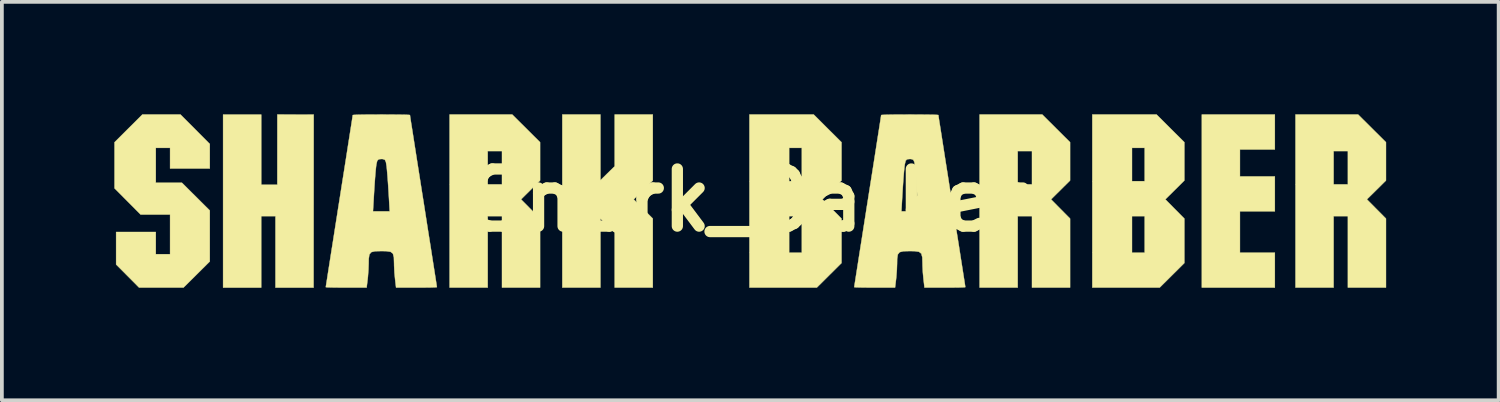
<source format=kicad_pcb>
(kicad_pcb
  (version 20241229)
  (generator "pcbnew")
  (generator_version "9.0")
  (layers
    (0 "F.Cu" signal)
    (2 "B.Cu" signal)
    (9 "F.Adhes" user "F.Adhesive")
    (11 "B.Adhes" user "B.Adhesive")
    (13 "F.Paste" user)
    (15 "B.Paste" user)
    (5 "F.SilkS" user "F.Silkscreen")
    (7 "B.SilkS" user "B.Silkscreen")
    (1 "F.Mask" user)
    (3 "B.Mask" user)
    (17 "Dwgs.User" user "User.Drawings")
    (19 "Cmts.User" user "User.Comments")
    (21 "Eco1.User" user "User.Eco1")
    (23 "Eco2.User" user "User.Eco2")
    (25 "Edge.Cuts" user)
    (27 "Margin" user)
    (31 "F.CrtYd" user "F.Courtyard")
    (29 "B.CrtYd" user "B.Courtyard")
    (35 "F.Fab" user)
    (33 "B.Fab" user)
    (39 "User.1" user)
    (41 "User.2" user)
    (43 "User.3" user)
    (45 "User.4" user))
  (footprint "Snark_Barker"
    (layer "F.Cu")
    (at 16.938 2.291)
    (property "Reference" "Snark_Barker" (at 0 0 0) (layer "F.SilkS") (effects (font (size 1.524 1.524) (thickness 0.3))))
    (attr through_hole)
    (fp_poly (pts (xy -13.021 -0.412) (xy -12.592 -0.412) (xy -12.591 -2.286) (xy -11.622 -2.285) (xy -11.625 2.329) (xy -12.641 2.329) (xy -12.641 0.424) (xy -13.022 0.424) (xy -13.022 2.329) (xy -14.038 2.329) (xy -14.038 -2.285) (xy -13.021 -2.285)) (stroke (width 0.01) (type solid)) (fill yes) (layer "F.SilkS"))
    (fp_poly (pts (xy 14.012 -1.355) (xy 13.081 -1.355) (xy 13.081 -0.635) (xy 14.012 -0.635) (xy 14.012 0.296) (xy 13.081 0.296) (xy 13.081 1.397) (xy 14.012 1.397) (xy 14.012 2.328) (xy 12.065 2.328) (xy 12.065 -2.286) (xy 14.012 -2.286) (xy 14.012 -1.355)) (stroke (width 0.01) (type solid)) (fill yes) (layer "F.SilkS"))
    (fp_poly (pts (xy -3.975 -0.533) (xy -3.785 -0.72) (xy -3.594 -0.907) (xy -3.594 -2.286) (xy -2.578 -2.286) (xy -2.578 -0.527) (xy -2.832 -0.275) (xy -3.087 -0.024) (xy -2.578 0.489) (xy -2.578 2.328) (xy -3.594 2.328) (xy -3.594 0.864) (xy -3.785 0.677) (xy -3.975 0.49) (xy -3.975 2.328) (xy -4.991 2.328) (xy -4.991 -2.286) (xy -3.975 -2.286) (xy -3.975 -0.533)) (stroke (width 0.01) (type solid)) (fill yes) (layer "F.SilkS"))
    (fp_poly (pts (xy -5.584 -1.547) (xy -5.584 -0.527) (xy -5.838 -0.275) (xy -6.092 -0.024) (xy -5.584 0.489) (xy -5.584 2.328) (xy -6.6 2.328) (xy -6.6 0.423) (xy -6.981 0.423) (xy -6.981 2.328) (xy -7.997 2.328) (xy -7.997 -1.312) (xy -6.981 -1.312) (xy -6.981 -0.423) (xy -6.6 -0.423) (xy -6.6 -1.312) (xy -6.981 -1.312) (xy -7.997 -1.312) (xy -7.997 -2.286) (xy -6.327 -2.286) (xy -5.584 -1.547)) (stroke (width 0.01) (type solid)) (fill yes) (layer "F.SilkS"))
    (fp_poly (pts (xy 16.976 -1.547) (xy 16.976 -0.527) (xy 16.722 -0.275) (xy 16.467 -0.024) (xy 16.976 0.489) (xy 16.976 2.328) (xy 15.96 2.328) (xy 15.96 0.423) (xy 15.579 0.423) (xy 15.579 2.328) (xy 14.563 2.328) (xy 14.563 -1.312) (xy 15.579 -1.312) (xy 15.579 -0.423) (xy 15.96 -0.423) (xy 15.96 -1.312) (xy 15.579 -1.312) (xy 14.563 -1.312) (xy 14.563 -2.286) (xy 16.233 -2.286) (xy 16.976 -1.547)) (stroke (width 0.01) (type solid)) (fill yes) (layer "F.SilkS"))
    (fp_poly (pts (xy 8.18 -1.916) (xy 8.551 -1.547) (xy 8.551 -0.527) (xy 8.297 -0.275) (xy 8.043 -0.024) (xy 8.297 0.233) (xy 8.551 0.489) (xy 8.551 2.328) (xy 7.535 2.328) (xy 7.535 0.423) (xy 7.154 0.423) (xy 7.154 2.328) (xy 6.138 2.328) (xy 6.138 -1.312) (xy 7.154 -1.312) (xy 7.154 -0.423) (xy 7.535 -0.423) (xy 7.535 -1.312) (xy 7.154 -1.312) (xy 6.138 -1.312) (xy 6.138 -2.286) (xy 7.809 -2.286) (xy 8.18 -1.916)) (stroke (width 0.01) (type solid)) (fill yes) (layer "F.SilkS"))
    (fp_poly (pts (xy -14.784 -1.894) (xy -14.393 -1.501) (xy -14.393 -0.847) (xy -15.452 -0.847) (xy -15.452 -1.397) (xy -15.833 -1.397) (xy -15.833 -0.466) (xy -15.136 -0.466) (xy -14.393 0.273) (xy -14.393 1.632) (xy -14.743 1.98) (xy -15.094 2.328) (xy -16.279 2.328) (xy -16.585 2.02) (xy -16.891 1.713) (xy -16.891 0.847) (xy -15.833 0.847) (xy -15.833 1.439) (xy -15.452 1.439) (xy -15.452 0.381) (xy -16.237 0.381) (xy -16.585 0.031) (xy -16.933 -0.319) (xy -16.933 -1.547) (xy -16.191 -2.286) (xy -15.175 -2.286) (xy -14.784 -1.894)) (stroke (width 0.01) (type solid)) (fill yes) (layer "F.SilkS"))
    (fp_poly (pts (xy 2.084 -1.916) (xy 2.455 -1.547) (xy 2.455 -0.527) (xy 2.201 -0.275) (xy 1.947 -0.024) (xy 2.201 0.233) (xy 2.455 0.489) (xy 2.455 1.674) (xy 1.797 2.328) (xy 0 2.328) (xy 0 0.423) (xy 1.058 0.423) (xy 1.058 1.397) (xy 1.397 1.397) (xy 1.397 0.423) (xy 1.058 0.423) (xy 0 0.423) (xy 0 -1.397) (xy 1.058 -1.397) (xy 1.058 -0.508) (xy 1.397 -0.508) (xy 1.397 -1.397) (xy 1.058 -1.397) (xy 0 -1.397) (xy 0 -2.286) (xy 1.713 -2.286) (xy 2.084 -1.916)) (stroke (width 0.01) (type solid)) (fill yes) (layer "F.SilkS"))
    (fp_poly (pts (xy 11.228 -1.916) (xy 11.599 -1.547) (xy 11.599 -0.527) (xy 11.345 -0.275) (xy 11.091 -0.024) (xy 11.345 0.233) (xy 11.599 0.489) (xy 11.599 1.674) (xy 10.941 2.328) (xy 9.144 2.328) (xy 9.144 0.423) (xy 10.202 0.423) (xy 10.202 1.397) (xy 10.541 1.397) (xy 10.541 0.423) (xy 10.202 0.423) (xy 9.144 0.423) (xy 9.144 -1.397) (xy 10.202 -1.397) (xy 10.202 -0.508) (xy 10.541 -0.508) (xy 10.541 -1.397) (xy 10.202 -1.397) (xy 9.144 -1.397) (xy 9.144 -2.286) (xy 10.857 -2.286) (xy 11.228 -1.916)) (stroke (width 0.01) (type solid)) (fill yes) (layer "F.SilkS"))
    (fp_poly (pts (xy -9.574 -2.285) (xy -9.363 -2.283) (xy -9.197 -2.281) (xy -9.09 -2.277) (xy -9.055 -2.273) (xy -9.049 -2.23) (xy -9.031 -2.111) (xy -9.001 -1.924) (xy -8.962 -1.675) (xy -8.915 -1.374) (xy -8.861 -1.028) (xy -8.8 -0.643) (xy -8.735 -0.228) (xy -8.695 0.022) (xy -8.628 0.451) (xy -8.565 0.854) (xy -8.506 1.223) (xy -8.455 1.552) (xy -8.411 1.831) (xy -8.376 2.054) (xy -8.351 2.214) (xy -8.338 2.302) (xy -8.336 2.317) (xy -8.375 2.321) (xy -8.484 2.325) (xy -8.646 2.327) (xy -8.844 2.328) (xy -8.88 2.328) (xy -9.425 2.328) (xy -9.451 2.106) (xy -9.468 1.929) (xy -9.477 1.746) (xy -9.478 1.686) (xy -9.483 1.522) (xy -9.509 1.423) (xy -9.572 1.374) (xy -9.69 1.357) (xy -9.817 1.355) (xy -9.985 1.359) (xy -10.086 1.384) (xy -10.137 1.446) (xy -10.154 1.562) (xy -10.156 1.686) (xy -10.162 1.853) (xy -10.176 2.04) (xy -10.183 2.106) (xy -10.21 2.328) (xy -10.755 2.328) (xy -10.958 2.327) (xy -11.127 2.325) (xy -11.246 2.322) (xy -11.298 2.317) (xy -11.299 2.317) (xy -11.293 2.274) (xy -11.274 2.155) (xy -11.245 1.968) (xy -11.206 1.72) (xy -11.159 1.419) (xy -11.104 1.072) (xy -11.044 0.688) (xy -10.982 0.296) (xy -10.041 0.296) (xy -9.594 0.296) (xy -9.623 -0.201) (xy -9.637 -0.421) (xy -9.652 -0.631) (xy -9.667 -0.805) (xy -9.676 -0.9) (xy -9.696 -1.021) (xy -9.725 -1.081) (xy -9.779 -1.099) (xy -9.817 -1.101) (xy -9.889 -1.093) (xy -9.927 -1.055) (xy -9.949 -0.965) (xy -9.958 -0.9) (xy -9.971 -0.774) (xy -9.986 -0.592) (xy -10.001 -0.377) (xy -10.012 -0.201) (xy -10.041 0.296) (xy -10.982 0.296) (xy -10.979 0.273) (xy -10.939 0.022) (xy -10.872 -0.406) (xy -10.808 -0.809) (xy -10.75 -1.179) (xy -10.699 -1.507) (xy -10.655 -1.787) (xy -10.62 -2.01) (xy -10.595 -2.17) (xy -10.582 -2.258) (xy -10.579 -2.273) (xy -10.539 -2.277) (xy -10.428 -2.281) (xy -10.258 -2.284) (xy -10.044 -2.285) (xy -9.817 -2.286) (xy -9.574 -2.285)) (stroke (width 0.01) (type solid)) (fill yes) (layer "F.SilkS"))
    (fp_poly (pts (xy 4.519 -2.285) (xy 4.73 -2.283) (xy 4.896 -2.281) (xy 5.003 -2.277) (xy 5.038 -2.273) (xy 5.044 -2.23) (xy 5.062 -2.111) (xy 5.092 -1.924) (xy 5.131 -1.675) (xy 5.178 -1.374) (xy 5.232 -1.028) (xy 5.293 -0.643) (xy 5.358 -0.228) (xy 5.397 0.022) (xy 5.465 0.451) (xy 5.528 0.854) (xy 5.587 1.223) (xy 5.638 1.552) (xy 5.682 1.831) (xy 5.717 2.054) (xy 5.742 2.214) (xy 5.755 2.302) (xy 5.757 2.317) (xy 5.718 2.321) (xy 5.609 2.325) (xy 5.447 2.327) (xy 5.249 2.328) (xy 5.213 2.328) (xy 4.668 2.328) (xy 4.642 2.106) (xy 4.625 1.929) (xy 4.616 1.746) (xy 4.615 1.686) (xy 4.61 1.522) (xy 4.584 1.423) (xy 4.521 1.374) (xy 4.403 1.357) (xy 4.276 1.355) (xy 4.108 1.359) (xy 4.007 1.384) (xy 3.956 1.446) (xy 3.939 1.562) (xy 3.937 1.686) (xy 3.931 1.853) (xy 3.917 2.04) (xy 3.91 2.106) (xy 3.883 2.328) (xy 3.338 2.328) (xy 3.135 2.327) (xy 2.966 2.325) (xy 2.847 2.322) (xy 2.795 2.317) (xy 2.794 2.317) (xy 2.8 2.274) (xy 2.819 2.155) (xy 2.848 1.968) (xy 2.887 1.72) (xy 2.934 1.419) (xy 2.989 1.072) (xy 3.049 0.688) (xy 3.111 0.296) (xy 4.052 0.296) (xy 4.499 0.296) (xy 4.47 -0.201) (xy 4.456 -0.421) (xy 4.441 -0.631) (xy 4.426 -0.805) (xy 4.417 -0.9) (xy 4.397 -1.021) (xy 4.368 -1.081) (xy 4.314 -1.099) (xy 4.276 -1.101) (xy 4.204 -1.093) (xy 4.166 -1.055) (xy 4.144 -0.965) (xy 4.135 -0.9) (xy 4.122 -0.774) (xy 4.107 -0.592) (xy 4.092 -0.377) (xy 4.081 -0.201) (xy 4.052 0.296) (xy 3.111 0.296) (xy 3.114 0.273) (xy 3.154 0.022) (xy 3.221 -0.406) (xy 3.285 -0.809) (xy 3.343 -1.179) (xy 3.394 -1.507) (xy 3.438 -1.787) (xy 3.473 -2.01) (xy 3.498 -2.17) (xy 3.511 -2.258) (xy 3.514 -2.273) (xy 3.554 -2.277) (xy 3.665 -2.281) (xy 3.835 -2.284) (xy 4.049 -2.285) (xy 4.276 -2.286) (xy 4.519 -2.285)) (stroke (width 0.01) (type solid)) (fill yes) (layer "F.SilkS")))
  (gr_rect
    (start -3 -3)
    (end 36.919 7.625)
    (stroke (width 0.1) (type default))
    (fill no)
    (layer "Edge.Cuts")))
</source>
